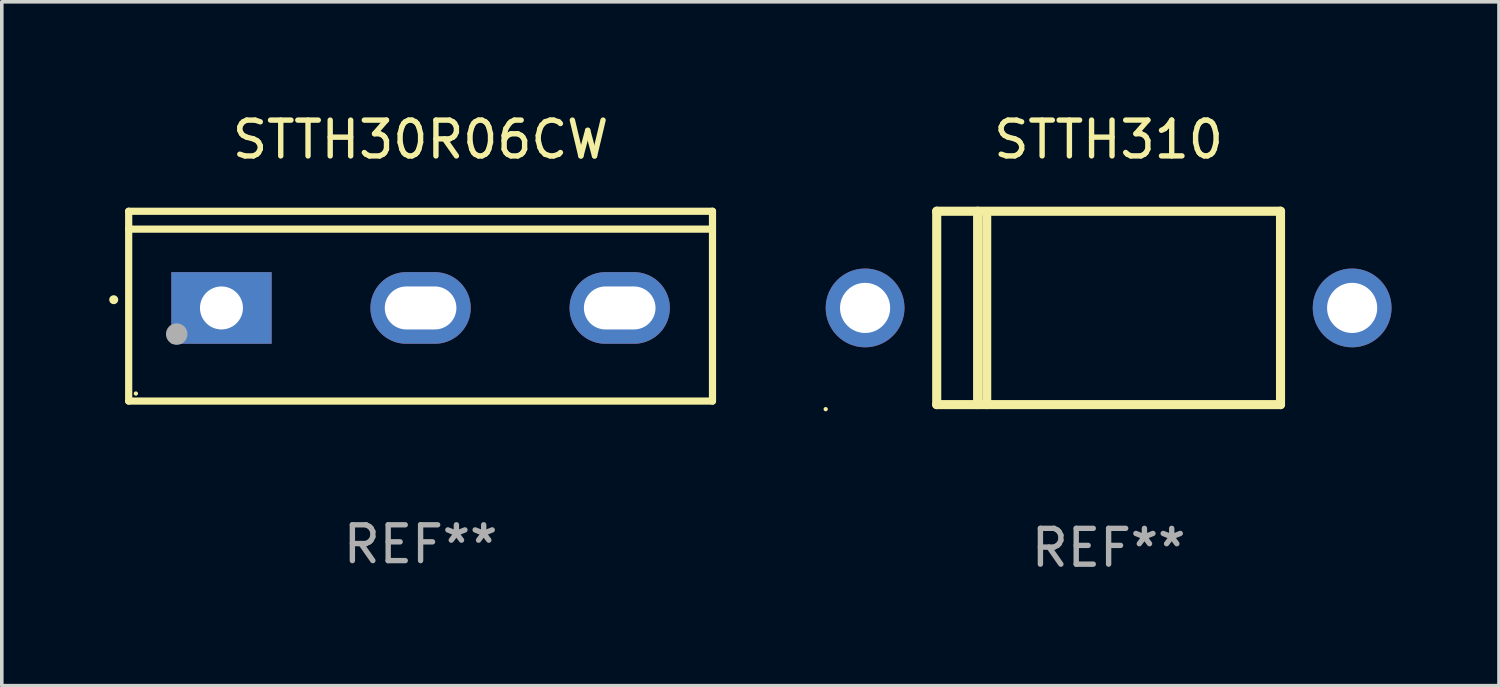
<source format=kicad_pcb>
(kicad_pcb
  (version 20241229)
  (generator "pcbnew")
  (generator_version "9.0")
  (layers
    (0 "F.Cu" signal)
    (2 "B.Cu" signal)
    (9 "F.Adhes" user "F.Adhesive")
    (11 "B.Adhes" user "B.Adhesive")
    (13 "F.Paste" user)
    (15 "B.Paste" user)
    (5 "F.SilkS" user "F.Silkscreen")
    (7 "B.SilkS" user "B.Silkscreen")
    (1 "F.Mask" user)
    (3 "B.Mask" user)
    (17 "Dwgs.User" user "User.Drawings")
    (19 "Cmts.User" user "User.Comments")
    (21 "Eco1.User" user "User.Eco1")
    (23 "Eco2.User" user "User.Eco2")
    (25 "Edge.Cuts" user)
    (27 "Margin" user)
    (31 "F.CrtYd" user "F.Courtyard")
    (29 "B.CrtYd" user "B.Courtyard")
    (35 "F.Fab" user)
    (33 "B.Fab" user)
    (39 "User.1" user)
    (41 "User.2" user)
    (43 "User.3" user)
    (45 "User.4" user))
  (footprint "STTH310"
    (layer "F.Cu")
    (at 27.906 5.548)
    (property "Reference" "STTH310" (at 0 -4.7 0) (layer "F.SilkS") (effects (font (size 1 1) (thickness 0.15))))
    (attr through_hole)
    (fp_line (start -4.8 -2.7) (end 4.8 -2.7) (stroke (width 0.254) (type solid)) (layer "F.SilkS"))
    (fp_line (start -4.8 2.7) (end -4.8 -2.7) (stroke (width 0.254) (type solid)) (layer "F.SilkS"))
    (fp_line (start -3.658 2.7) (end -3.658 -2.7) (stroke (width 0.254) (type solid)) (layer "F.SilkS"))
    (fp_line (start -3.404 2.7) (end -3.404 -2.54) (stroke (width 0.254) (type solid)) (layer "F.SilkS"))
    (fp_line (start 4.8 2.7) (end -4.8 2.7) (stroke (width 0.254) (type solid)) (layer "F.SilkS"))
    (fp_line (start 4.8 2.7) (end 4.8 -2.7) (stroke (width 0.254) (type solid)) (layer "F.SilkS"))
    (fp_circle (center -7.9 2.827) (end -7.87 2.827) (stroke (width 0.06) (type solid)) (fill no) (layer "F.SilkS"))
    (fp_text user "REF**" (at 0 6.7 0) (layer "F.Fab") (effects (font (size 1 1) (thickness 0.15))))
    (pad "1" thru_hole circle (at -6.8 0) (size 2.2 2.2) (drill 1.4) (layers "*.Cu" "*.Mask"))
    (pad "2" thru_hole circle (at 6.8 0) (size 2.2 2.2) (drill 1.4) (layers "*.Cu" "*.Mask")))
  (footprint "STTH30R06CW"
    (layer "F.Cu")
    (at 8.694 5.499)
    (property "Reference" "STTH30R06CW" (at 0 -4.65 0) (layer "F.SilkS") (effects (font (size 1 1) (thickness 0.15))))
    (attr through_hole)
    (fp_line (start -8.151 -2.65) (end -8.151 2.65) (stroke (width 0.201) (type solid)) (layer "F.SilkS"))
    (fp_line (start 8.151 -2.65) (end -8.151 -2.65) (stroke (width 0.201) (type solid)) (layer "F.SilkS"))
    (fp_line (start 8.151 -2.15) (end -8.151 -2.15) (stroke (width 0.201) (type solid)) (layer "F.SilkS"))
    (fp_line (start 8.151 2.65) (end -8.151 2.65) (stroke (width 0.201) (type solid)) (layer "F.SilkS"))
    (fp_line (start 8.151 2.65) (end 8.151 -2.65) (stroke (width 0.201) (type solid)) (layer "F.SilkS"))
    (fp_arc (start -8.570003 -0.18048) (mid -8.568733 -0.180486) (end -8.567463 -0.18048) (stroke (width 0.24892) (type solid)) (layer "F.SilkS"))
    (fp_circle (center -7.95 2.44) (end -7.92 2.44) (stroke (width 0.06) (type solid)) (fill no) (layer "F.SilkS"))
    (fp_circle (center -6.81 0.78) (end -6.66 0.78) (stroke (width 0.3) (type solid)) (fill no) (layer "F.Fab"))
    (fp_text user "REF**" (at 0 6.65 0) (layer "F.Fab") (effects (font (size 1 1) (thickness 0.15))))
    (pad "1" thru_hole rect (at -5.56 0.05 90) (size 2 2.8) (drill 1.2) (layers "*.Cu" "*.Mask"))
    (pad "2" thru_hole oval (at 0 0.05 90) (size 2 2.8) (drill oval 1.2 2) (layers "*.Cu" "*.Mask"))
    (pad "3" thru_hole oval (at 5.56 0.05 90) (size 2 2.8) (drill oval 1.2 2) (layers "*.Cu" "*.Mask")))
  (gr_rect
    (start -3 -3)
    (end 38.806 16.096)
    (stroke (width 0.1) (type default))
    (fill no)
    (layer "Edge.Cuts")))
</source>
